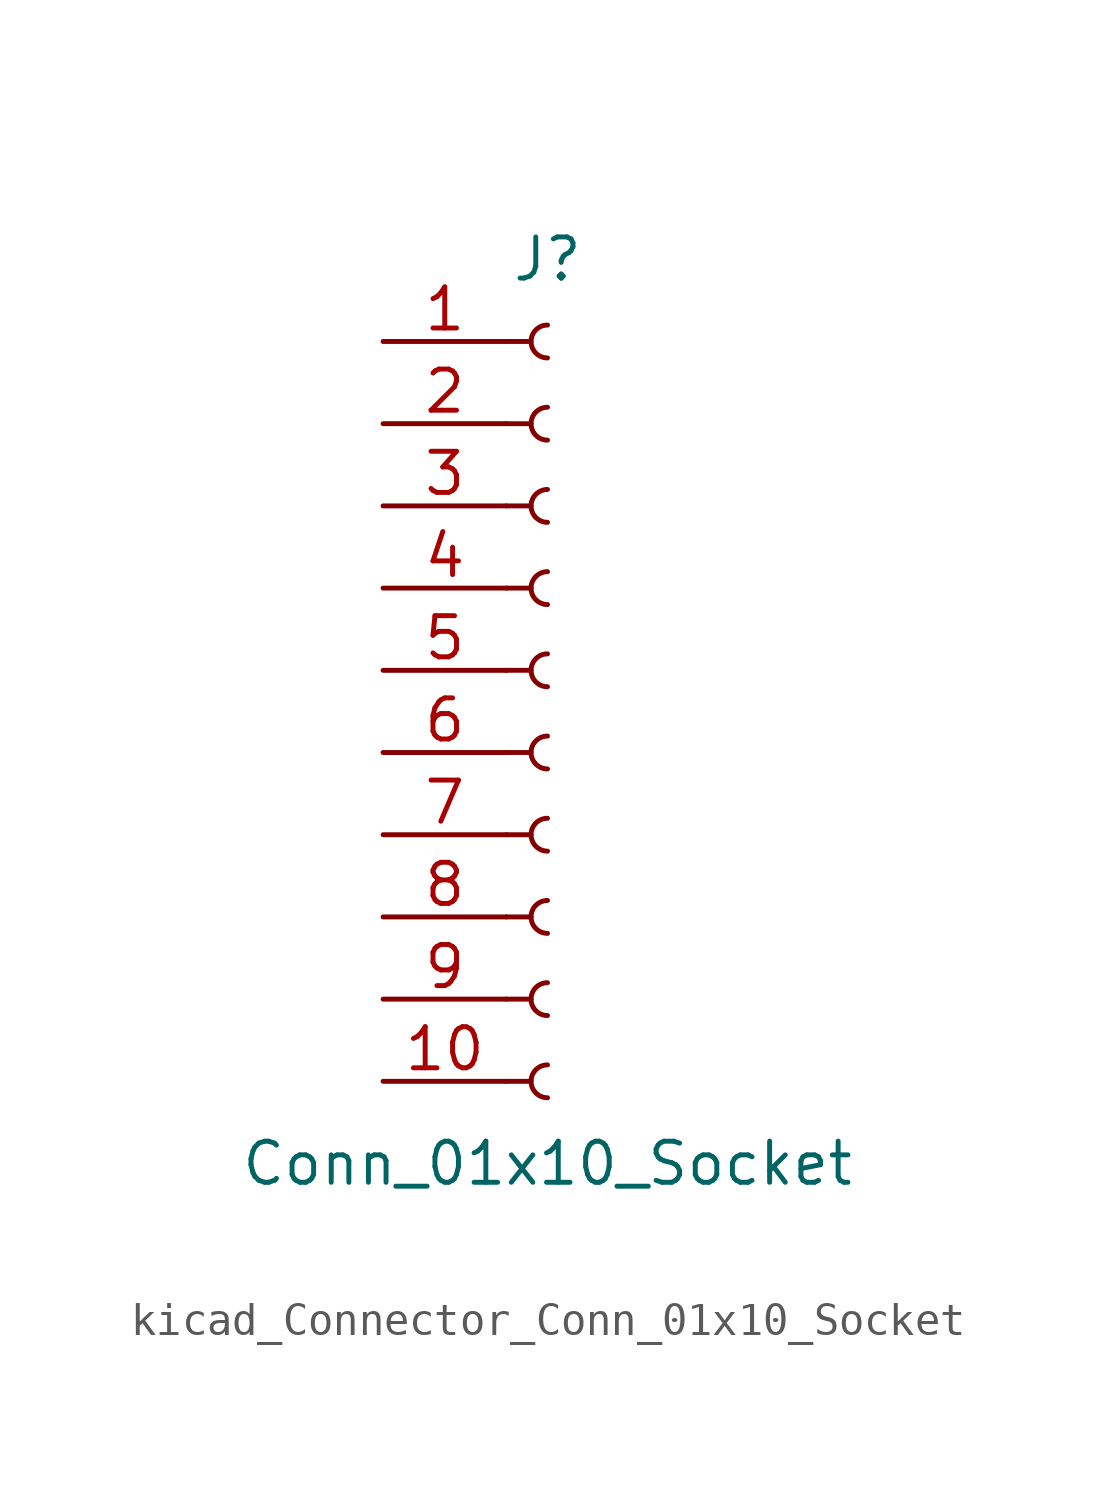
<source format=kicad_sym>
(kicad_symbol_lib
  (version 20220914)
  (generator kicad_symbol_editor)
  (symbol "kicad_Connector_Conn_01x10_Socket"
    (pin_names
      (offset 1.016) hide)
    (property "Reference" "J"
      (at 0 12.7 0)
      (effects (font (size 1.27 1.27))))
    (property "Value" "Conn_01x10_Socket"
      (at 0 -15.24 0)
      (effects (font (size 1.27 1.27))))
    (property "ki_locked" ""
      (at 0 0 0)
      (effects (font (size 1.27 1.27))))
    (symbol "kicad_Connector_Conn_01x10_Socket_1_1"
      (arc (start 0 -12.192) (mid -0.5058 -12.7) (end 0 -13.208) (stroke (width 0.1524) (type default)) (fill (type none)))
      (arc (start 0 -9.652) (mid -0.5058 -10.16) (end 0 -10.668) (stroke (width 0.1524) (type default)) (fill (type none)))
      (arc (start 0 -7.112) (mid -0.5058 -7.62) (end 0 -8.128) (stroke (width 0.1524) (type default)) (fill (type none)))
      (arc (start 0 -4.572) (mid -0.5058 -5.08) (end 0 -5.588) (stroke (width 0.1524) (type default)) (fill (type none)))
      (arc (start 0 -2.032) (mid -0.5058 -2.54) (end 0 -3.048) (stroke (width 0.1524) (type default)) (fill (type none)))
      (polyline (pts (xy -1.27 -12.7) (xy -0.508 -12.7)) (stroke (width 0.152) (type default)) (fill (type none)))
      (polyline (pts (xy -1.27 -10.16) (xy -0.508 -10.16)) (stroke (width 0.152) (type default)) (fill (type none)))
      (polyline (pts (xy -1.27 -7.62) (xy -0.508 -7.62)) (stroke (width 0.152) (type default)) (fill (type none)))
      (polyline (pts (xy -1.27 -5.08) (xy -0.508 -5.08)) (stroke (width 0.152) (type default)) (fill (type none)))
      (polyline (pts (xy -1.27 -2.54) (xy -0.508 -2.54)) (stroke (width 0.152) (type default)) (fill (type none)))
      (polyline (pts (xy -1.27 0) (xy -0.508 0)) (stroke (width 0.152) (type default)) (fill (type none)))
      (polyline (pts (xy -1.27 2.54) (xy -0.508 2.54)) (stroke (width 0.152) (type default)) (fill (type none)))
      (polyline (pts (xy -1.27 5.08) (xy -0.508 5.08)) (stroke (width 0.152) (type default)) (fill (type none)))
      (polyline (pts (xy -1.27 7.62) (xy -0.508 7.62)) (stroke (width 0.152) (type default)) (fill (type none)))
      (polyline (pts (xy -1.27 10.16) (xy -0.508 10.16)) (stroke (width 0.152) (type default)) (fill (type none)))
      (arc (start 0 0.508) (mid -0.5058 0) (end 0 -0.508) (stroke (width 0.1524) (type default)) (fill (type none)))
      (arc (start 0 3.048) (mid -0.5058 2.54) (end 0 2.032) (stroke (width 0.1524) (type default)) (fill (type none)))
      (arc (start 0 5.588) (mid -0.5058 5.08) (end 0 4.572) (stroke (width 0.1524) (type default)) (fill (type none)))
      (arc (start 0 8.128) (mid -0.5058 7.62) (end 0 7.112) (stroke (width 0.1524) (type default)) (fill (type none)))
      (arc (start 0 10.668) (mid -0.5058 10.16) (end 0 9.652) (stroke (width 0.1524) (type default)) (fill (type none)))
      (pin passive line (at -5.08 10.16 0) (length 3.81) (name "Pin_1" (effects (font (size 1.27 1.27)))) (number "1" (effects (font (size 1.27 1.27)))))
      (pin passive line (at -5.08 -12.7 0) (length 3.81) (name "Pin_10" (effects (font (size 1.27 1.27)))) (number "10" (effects (font (size 1.27 1.27)))))
      (pin passive line (at -5.08 7.62 0) (length 3.81) (name "Pin_2" (effects (font (size 1.27 1.27)))) (number "2" (effects (font (size 1.27 1.27)))))
      (pin passive line (at -5.08 5.08 0) (length 3.81) (name "Pin_3" (effects (font (size 1.27 1.27)))) (number "3" (effects (font (size 1.27 1.27)))))
      (pin passive line (at -5.08 2.54 0) (length 3.81) (name "Pin_4" (effects (font (size 1.27 1.27)))) (number "4" (effects (font (size 1.27 1.27)))))
      (pin passive line (at -5.08 0 0) (length 3.81) (name "Pin_5" (effects (font (size 1.27 1.27)))) (number "5" (effects (font (size 1.27 1.27)))))
      (pin passive line (at -5.08 -2.54 0) (length 3.81) (name "Pin_6" (effects (font (size 1.27 1.27)))) (number "6" (effects (font (size 1.27 1.27)))))
      (pin passive line (at -5.08 -5.08 0) (length 3.81) (name "Pin_7" (effects (font (size 1.27 1.27)))) (number "7" (effects (font (size 1.27 1.27)))))
      (pin passive line (at -5.08 -7.62 0) (length 3.81) (name "Pin_8" (effects (font (size 1.27 1.27)))) (number "8" (effects (font (size 1.27 1.27)))))
      (pin passive line (at -5.08 -10.16 0) (length 3.81) (name "Pin_9" (effects (font (size 1.27 1.27)))) (number "9" (effects (font (size 1.27 1.27))))))))
</source>
